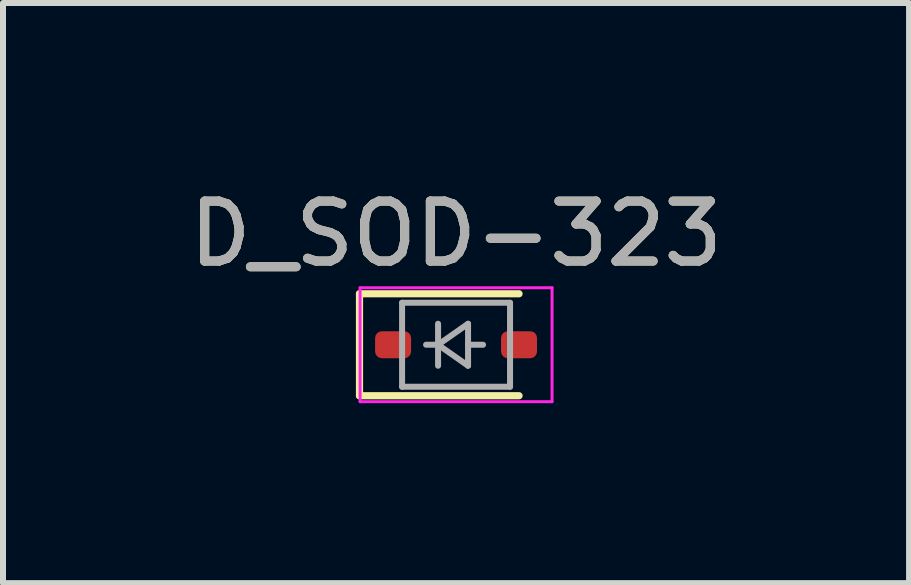
<source format=kicad_pcb>
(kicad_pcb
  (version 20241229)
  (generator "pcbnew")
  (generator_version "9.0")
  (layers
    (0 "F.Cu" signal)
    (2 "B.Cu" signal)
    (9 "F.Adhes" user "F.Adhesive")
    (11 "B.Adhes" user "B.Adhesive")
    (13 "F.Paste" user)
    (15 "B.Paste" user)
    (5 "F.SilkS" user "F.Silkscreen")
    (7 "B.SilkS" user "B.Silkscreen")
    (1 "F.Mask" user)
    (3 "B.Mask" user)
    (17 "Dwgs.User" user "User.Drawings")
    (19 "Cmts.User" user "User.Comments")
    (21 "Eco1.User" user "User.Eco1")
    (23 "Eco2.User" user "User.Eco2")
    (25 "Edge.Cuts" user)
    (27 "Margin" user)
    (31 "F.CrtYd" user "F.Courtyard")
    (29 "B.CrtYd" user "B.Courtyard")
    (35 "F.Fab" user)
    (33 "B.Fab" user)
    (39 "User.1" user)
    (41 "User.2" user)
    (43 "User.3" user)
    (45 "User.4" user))
  (footprint "D_SOD-323"
    (layer "F.Cu")
    (at 4.554 2.698)
    (property "Reference" "D_SOD-323" (at 0 -1.85 0) (layer "F.SilkS") (effects (font (size 1 1) (thickness 0.15))))
    (attr smd)
    (fp_line (start -1.61 -0.85) (end -1.61 0.85) (stroke (width 0.12) (type solid)) (layer "F.SilkS"))
    (fp_line (start -1.61 -0.85) (end 1.05 -0.85) (stroke (width 0.12) (type solid)) (layer "F.SilkS"))
    (fp_line (start -1.61 0.85) (end 1.05 0.85) (stroke (width 0.12) (type solid)) (layer "F.SilkS"))
    (fp_line (start -1.6 -0.95) (end -1.6 0.95) (stroke (width 0.05) (type solid)) (layer "F.CrtYd"))
    (fp_line (start -1.6 -0.95) (end 1.6 -0.95) (stroke (width 0.05) (type solid)) (layer "F.CrtYd"))
    (fp_line (start -1.6 0.95) (end 1.6 0.95) (stroke (width 0.05) (type solid)) (layer "F.CrtYd"))
    (fp_line (start 1.6 -0.95) (end 1.6 0.95) (stroke (width 0.05) (type solid)) (layer "F.CrtYd"))
    (fp_line (start -0.9 -0.7) (end 0.9 -0.7) (stroke (width 0.1) (type solid)) (layer "F.Fab"))
    (fp_line (start -0.9 0.7) (end -0.9 -0.7) (stroke (width 0.1) (type solid)) (layer "F.Fab"))
    (fp_line (start -0.3 -0.35) (end -0.3 0.35) (stroke (width 0.1) (type solid)) (layer "F.Fab"))
    (fp_line (start -0.3 0) (end -0.5 0) (stroke (width 0.1) (type solid)) (layer "F.Fab"))
    (fp_line (start -0.3 0) (end 0.2 -0.35) (stroke (width 0.1) (type solid)) (layer "F.Fab"))
    (fp_line (start 0.2 -0.35) (end 0.2 0.35) (stroke (width 0.1) (type solid)) (layer "F.Fab"))
    (fp_line (start 0.2 0) (end 0.45 0) (stroke (width 0.1) (type solid)) (layer "F.Fab"))
    (fp_line (start 0.2 0.35) (end -0.3 0) (stroke (width 0.1) (type solid)) (layer "F.Fab"))
    (fp_line (start 0.9 -0.7) (end 0.9 0.7) (stroke (width 0.1) (type solid)) (layer "F.Fab"))
    (fp_line (start 0.9 0.7) (end -0.9 0.7) (stroke (width 0.1) (type solid)) (layer "F.Fab"))
    (fp_text user "${REFERENCE}" (at 0 -1.85 0) (layer "F.Fab") (effects (font (size 1 1) (thickness 0.15))))
    (pad "1" smd roundrect (at -1.05 0) (size 0.6 0.45) (layers "F.Cu" "F.Mask" "F.Paste") (roundrect_rratio 0.25))
    (pad "2" smd roundrect (at 1.05 0) (size 0.6 0.45) (layers "F.Cu" "F.Mask" "F.Paste") (roundrect_rratio 0.25)))
  (gr_rect
    (start -3 -3)
    (end 12.107 6.673)
    (stroke (width 0.1) (type default))
    (fill no)
    (layer "Edge.Cuts")))
</source>
